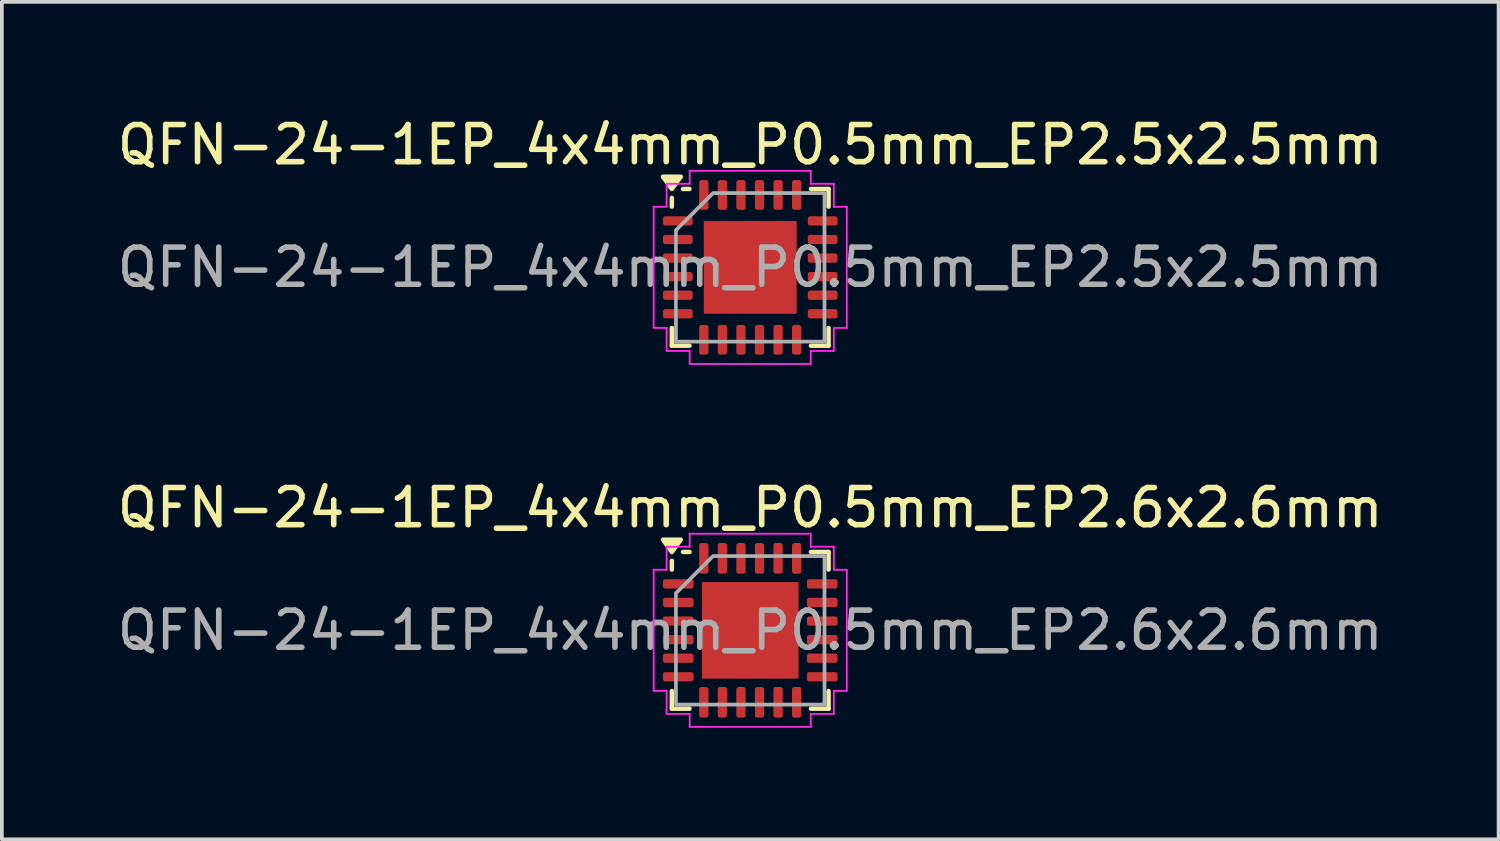
<source format=kicad_pcb>
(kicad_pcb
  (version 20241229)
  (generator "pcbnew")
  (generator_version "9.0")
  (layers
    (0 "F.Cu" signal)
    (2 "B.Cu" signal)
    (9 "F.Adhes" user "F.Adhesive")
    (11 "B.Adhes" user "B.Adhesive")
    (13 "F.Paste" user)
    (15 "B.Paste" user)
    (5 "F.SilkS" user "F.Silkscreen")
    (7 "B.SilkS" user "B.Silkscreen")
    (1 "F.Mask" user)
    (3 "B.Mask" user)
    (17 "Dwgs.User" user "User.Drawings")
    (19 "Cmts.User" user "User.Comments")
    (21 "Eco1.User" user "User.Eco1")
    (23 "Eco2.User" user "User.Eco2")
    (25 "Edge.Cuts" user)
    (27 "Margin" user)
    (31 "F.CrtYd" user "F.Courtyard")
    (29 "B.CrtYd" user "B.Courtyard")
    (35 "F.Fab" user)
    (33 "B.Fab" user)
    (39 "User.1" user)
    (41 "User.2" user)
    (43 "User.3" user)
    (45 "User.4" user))
  (footprint "QFN-24-1EP_4x4mm_P0.5mm_EP2.5x2.5mm"
    (layer "F.Cu")
    (at 17.149 4.148)
    (property "Reference" "QFN-24-1EP_4x4mm_P0.5mm_EP2.5x2.5mm" (at 0 -3.3 0) (layer "F.SilkS") (effects (font (size 1 1) (thickness 0.15))))
    (attr smd)
    (fp_line (start -2.11 -1.635) (end -2.11 -1.87) (stroke (width 0.12) (type solid)) (layer "F.SilkS"))
    (fp_line (start -2.11 2.11) (end -2.11 1.635) (stroke (width 0.12) (type solid)) (layer "F.SilkS"))
    (fp_line (start -1.635 -2.11) (end -1.81 -2.11) (stroke (width 0.12) (type solid)) (layer "F.SilkS"))
    (fp_line (start -1.635 2.11) (end -2.11 2.11) (stroke (width 0.12) (type solid)) (layer "F.SilkS"))
    (fp_line (start 1.635 -2.11) (end 2.11 -2.11) (stroke (width 0.12) (type solid)) (layer "F.SilkS"))
    (fp_line (start 1.635 2.11) (end 2.11 2.11) (stroke (width 0.12) (type solid)) (layer "F.SilkS"))
    (fp_line (start 2.11 -2.11) (end 2.11 -1.635) (stroke (width 0.12) (type solid)) (layer "F.SilkS"))
    (fp_line (start 2.11 2.11) (end 2.11 1.635) (stroke (width 0.12) (type solid)) (layer "F.SilkS"))
    (fp_poly (pts (xy -2.11 -2.11) (xy -2.35 -2.44) (xy -1.87 -2.44)) (stroke (width 0.12) (type solid)) (fill yes) (layer "F.SilkS"))
    (fp_line (start -2.6 -1.63) (end -2.25 -1.63) (stroke (width 0.05) (type solid)) (layer "F.CrtYd"))
    (fp_line (start -2.6 1.63) (end -2.6 -1.63) (stroke (width 0.05) (type solid)) (layer "F.CrtYd"))
    (fp_line (start -2.25 -2.25) (end -1.63 -2.25) (stroke (width 0.05) (type solid)) (layer "F.CrtYd"))
    (fp_line (start -2.25 -1.63) (end -2.25 -2.25) (stroke (width 0.05) (type solid)) (layer "F.CrtYd"))
    (fp_line (start -2.25 1.63) (end -2.6 1.63) (stroke (width 0.05) (type solid)) (layer "F.CrtYd"))
    (fp_line (start -2.25 2.25) (end -2.25 1.63) (stroke (width 0.05) (type solid)) (layer "F.CrtYd"))
    (fp_line (start -1.63 -2.6) (end 1.63 -2.6) (stroke (width 0.05) (type solid)) (layer "F.CrtYd"))
    (fp_line (start -1.63 -2.25) (end -1.63 -2.6) (stroke (width 0.05) (type solid)) (layer "F.CrtYd"))
    (fp_line (start -1.63 2.25) (end -2.25 2.25) (stroke (width 0.05) (type solid)) (layer "F.CrtYd"))
    (fp_line (start -1.63 2.6) (end -1.63 2.25) (stroke (width 0.05) (type solid)) (layer "F.CrtYd"))
    (fp_line (start 1.63 -2.6) (end 1.63 -2.25) (stroke (width 0.05) (type solid)) (layer "F.CrtYd"))
    (fp_line (start 1.63 -2.25) (end 2.25 -2.25) (stroke (width 0.05) (type solid)) (layer "F.CrtYd"))
    (fp_line (start 1.63 2.25) (end 1.63 2.6) (stroke (width 0.05) (type solid)) (layer "F.CrtYd"))
    (fp_line (start 1.63 2.6) (end -1.63 2.6) (stroke (width 0.05) (type solid)) (layer "F.CrtYd"))
    (fp_line (start 2.25 -2.25) (end 2.25 -1.63) (stroke (width 0.05) (type solid)) (layer "F.CrtYd"))
    (fp_line (start 2.25 -1.63) (end 2.6 -1.63) (stroke (width 0.05) (type solid)) (layer "F.CrtYd"))
    (fp_line (start 2.25 1.63) (end 2.25 2.25) (stroke (width 0.05) (type solid)) (layer "F.CrtYd"))
    (fp_line (start 2.25 2.25) (end 1.63 2.25) (stroke (width 0.05) (type solid)) (layer "F.CrtYd"))
    (fp_line (start 2.6 -1.63) (end 2.6 1.63) (stroke (width 0.05) (type solid)) (layer "F.CrtYd"))
    (fp_line (start 2.6 1.63) (end 2.25 1.63) (stroke (width 0.05) (type solid)) (layer "F.CrtYd"))
    (fp_poly (pts (xy -2 -1) (xy -2 2) (xy 2 2) (xy 2 -2) (xy -1 -2)) (stroke (width 0.1) (type solid)) (fill no) (layer "F.Fab"))
    (fp_text user "${REFERENCE}" (at 0 0 0) (layer "F.Fab") (effects (font (size 1 1) (thickness 0.15))))
    (pad "" smd roundrect (at -0.625 -0.625) (size 1.01 1.01) (layers "F.Paste") (roundrect_rratio 0.248))
    (pad "" smd roundrect (at -0.625 0.625) (size 1.01 1.01) (layers "F.Paste") (roundrect_rratio 0.248))
    (pad "" smd roundrect (at 0.625 -0.625) (size 1.01 1.01) (layers "F.Paste") (roundrect_rratio 0.248))
    (pad "" smd roundrect (at 0.625 0.625) (size 1.01 1.01) (layers "F.Paste") (roundrect_rratio 0.248))
    (pad "1" smd roundrect (at -1.95 -1.25) (size 0.8 0.25) (layers "F.Cu" "F.Mask" "F.Paste") (roundrect_rratio 0.25))
    (pad "2" smd roundrect (at -1.95 -0.75) (size 0.8 0.25) (layers "F.Cu" "F.Mask" "F.Paste") (roundrect_rratio 0.25))
    (pad "3" smd roundrect (at -1.95 -0.25) (size 0.8 0.25) (layers "F.Cu" "F.Mask" "F.Paste") (roundrect_rratio 0.25))
    (pad "4" smd roundrect (at -1.95 0.25) (size 0.8 0.25) (layers "F.Cu" "F.Mask" "F.Paste") (roundrect_rratio 0.25))
    (pad "5" smd roundrect (at -1.95 0.75) (size 0.8 0.25) (layers "F.Cu" "F.Mask" "F.Paste") (roundrect_rratio 0.25))
    (pad "6" smd roundrect (at -1.95 1.25) (size 0.8 0.25) (layers "F.Cu" "F.Mask" "F.Paste") (roundrect_rratio 0.25))
    (pad "7" smd roundrect (at -1.25 1.95) (size 0.25 0.8) (layers "F.Cu" "F.Mask" "F.Paste") (roundrect_rratio 0.25))
    (pad "8" smd roundrect (at -0.75 1.95) (size 0.25 0.8) (layers "F.Cu" "F.Mask" "F.Paste") (roundrect_rratio 0.25))
    (pad "9" smd roundrect (at -0.25 1.95) (size 0.25 0.8) (layers "F.Cu" "F.Mask" "F.Paste") (roundrect_rratio 0.25))
    (pad "10" smd roundrect (at 0.25 1.95) (size 0.25 0.8) (layers "F.Cu" "F.Mask" "F.Paste") (roundrect_rratio 0.25))
    (pad "11" smd roundrect (at 0.75 1.95) (size 0.25 0.8) (layers "F.Cu" "F.Mask" "F.Paste") (roundrect_rratio 0.25))
    (pad "12" smd roundrect (at 1.25 1.95) (size 0.25 0.8) (layers "F.Cu" "F.Mask" "F.Paste") (roundrect_rratio 0.25))
    (pad "13" smd roundrect (at 1.95 1.25) (size 0.8 0.25) (layers "F.Cu" "F.Mask" "F.Paste") (roundrect_rratio 0.25))
    (pad "14" smd roundrect (at 1.95 0.75) (size 0.8 0.25) (layers "F.Cu" "F.Mask" "F.Paste") (roundrect_rratio 0.25))
    (pad "15" smd roundrect (at 1.95 0.25) (size 0.8 0.25) (layers "F.Cu" "F.Mask" "F.Paste") (roundrect_rratio 0.25))
    (pad "16" smd roundrect (at 1.95 -0.25) (size 0.8 0.25) (layers "F.Cu" "F.Mask" "F.Paste") (roundrect_rratio 0.25))
    (pad "17" smd roundrect (at 1.95 -0.75) (size 0.8 0.25) (layers "F.Cu" "F.Mask" "F.Paste") (roundrect_rratio 0.25))
    (pad "18" smd roundrect (at 1.95 -1.25) (size 0.8 0.25) (layers "F.Cu" "F.Mask" "F.Paste") (roundrect_rratio 0.25))
    (pad "19" smd roundrect (at 1.25 -1.95) (size 0.25 0.8) (layers "F.Cu" "F.Mask" "F.Paste") (roundrect_rratio 0.25))
    (pad "20" smd roundrect (at 0.75 -1.95) (size 0.25 0.8) (layers "F.Cu" "F.Mask" "F.Paste") (roundrect_rratio 0.25))
    (pad "21" smd roundrect (at 0.25 -1.95) (size 0.25 0.8) (layers "F.Cu" "F.Mask" "F.Paste") (roundrect_rratio 0.25))
    (pad "22" smd roundrect (at -0.25 -1.95) (size 0.25 0.8) (layers "F.Cu" "F.Mask" "F.Paste") (roundrect_rratio 0.25))
    (pad "23" smd roundrect (at -0.75 -1.95) (size 0.25 0.8) (layers "F.Cu" "F.Mask" "F.Paste") (roundrect_rratio 0.25))
    (pad "24" smd roundrect (at -1.25 -1.95) (size 0.25 0.8) (layers "F.Cu" "F.Mask" "F.Paste") (roundrect_rratio 0.25))
    (pad "25" smd rect (at 0 0) (size 2.5 2.5) (property pad_prop_heatsink) (layers "F.Cu" "F.Mask")))
  (footprint "QFN-24-1EP_4x4mm_P0.5mm_EP2.6x2.6mm"
    (layer "F.Cu")
    (at 17.149 13.921)
    (property "Reference" "QFN-24-1EP_4x4mm_P0.5mm_EP2.6x2.6mm" (at 0 -3.3 0) (layer "F.SilkS") (effects (font (size 1 1) (thickness 0.15))))
    (attr smd)
    (fp_line (start -2.11 -1.635) (end -2.11 -1.87) (stroke (width 0.12) (type solid)) (layer "F.SilkS"))
    (fp_line (start -2.11 2.11) (end -2.11 1.635) (stroke (width 0.12) (type solid)) (layer "F.SilkS"))
    (fp_line (start -1.635 -2.11) (end -1.81 -2.11) (stroke (width 0.12) (type solid)) (layer "F.SilkS"))
    (fp_line (start -1.635 2.11) (end -2.11 2.11) (stroke (width 0.12) (type solid)) (layer "F.SilkS"))
    (fp_line (start 1.635 -2.11) (end 2.11 -2.11) (stroke (width 0.12) (type solid)) (layer "F.SilkS"))
    (fp_line (start 1.635 2.11) (end 2.11 2.11) (stroke (width 0.12) (type solid)) (layer "F.SilkS"))
    (fp_line (start 2.11 -2.11) (end 2.11 -1.635) (stroke (width 0.12) (type solid)) (layer "F.SilkS"))
    (fp_line (start 2.11 2.11) (end 2.11 1.635) (stroke (width 0.12) (type solid)) (layer "F.SilkS"))
    (fp_poly (pts (xy -2.11 -2.11) (xy -2.35 -2.44) (xy -1.87 -2.44)) (stroke (width 0.12) (type solid)) (fill yes) (layer "F.SilkS"))
    (fp_line (start -2.6 -1.63) (end -2.25 -1.63) (stroke (width 0.05) (type solid)) (layer "F.CrtYd"))
    (fp_line (start -2.6 1.63) (end -2.6 -1.63) (stroke (width 0.05) (type solid)) (layer "F.CrtYd"))
    (fp_line (start -2.25 -2.25) (end -1.63 -2.25) (stroke (width 0.05) (type solid)) (layer "F.CrtYd"))
    (fp_line (start -2.25 -1.63) (end -2.25 -2.25) (stroke (width 0.05) (type solid)) (layer "F.CrtYd"))
    (fp_line (start -2.25 1.63) (end -2.6 1.63) (stroke (width 0.05) (type solid)) (layer "F.CrtYd"))
    (fp_line (start -2.25 2.25) (end -2.25 1.63) (stroke (width 0.05) (type solid)) (layer "F.CrtYd"))
    (fp_line (start -1.63 -2.6) (end 1.63 -2.6) (stroke (width 0.05) (type solid)) (layer "F.CrtYd"))
    (fp_line (start -1.63 -2.25) (end -1.63 -2.6) (stroke (width 0.05) (type solid)) (layer "F.CrtYd"))
    (fp_line (start -1.63 2.25) (end -2.25 2.25) (stroke (width 0.05) (type solid)) (layer "F.CrtYd"))
    (fp_line (start -1.63 2.6) (end -1.63 2.25) (stroke (width 0.05) (type solid)) (layer "F.CrtYd"))
    (fp_line (start 1.63 -2.6) (end 1.63 -2.25) (stroke (width 0.05) (type solid)) (layer "F.CrtYd"))
    (fp_line (start 1.63 -2.25) (end 2.25 -2.25) (stroke (width 0.05) (type solid)) (layer "F.CrtYd"))
    (fp_line (start 1.63 2.25) (end 1.63 2.6) (stroke (width 0.05) (type solid)) (layer "F.CrtYd"))
    (fp_line (start 1.63 2.6) (end -1.63 2.6) (stroke (width 0.05) (type solid)) (layer "F.CrtYd"))
    (fp_line (start 2.25 -2.25) (end 2.25 -1.63) (stroke (width 0.05) (type solid)) (layer "F.CrtYd"))
    (fp_line (start 2.25 -1.63) (end 2.6 -1.63) (stroke (width 0.05) (type solid)) (layer "F.CrtYd"))
    (fp_line (start 2.25 1.63) (end 2.25 2.25) (stroke (width 0.05) (type solid)) (layer "F.CrtYd"))
    (fp_line (start 2.25 2.25) (end 1.63 2.25) (stroke (width 0.05) (type solid)) (layer "F.CrtYd"))
    (fp_line (start 2.6 -1.63) (end 2.6 1.63) (stroke (width 0.05) (type solid)) (layer "F.CrtYd"))
    (fp_line (start 2.6 1.63) (end 2.25 1.63) (stroke (width 0.05) (type solid)) (layer "F.CrtYd"))
    (fp_poly (pts (xy -2 -1) (xy -2 2) (xy 2 2) (xy 2 -2) (xy -1 -2)) (stroke (width 0.1) (type solid)) (fill no) (layer "F.Fab"))
    (fp_text user "${REFERENCE}" (at 0 0 0) (layer "F.Fab") (effects (font (size 1 1) (thickness 0.15))))
    (pad "" smd roundrect (at -0.65 -0.65) (size 1.05 1.05) (layers "F.Paste") (roundrect_rratio 0.238))
    (pad "" smd roundrect (at -0.65 0.65) (size 1.05 1.05) (layers "F.Paste") (roundrect_rratio 0.238))
    (pad "" smd roundrect (at 0.65 -0.65) (size 1.05 1.05) (layers "F.Paste") (roundrect_rratio 0.238))
    (pad "" smd roundrect (at 0.65 0.65) (size 1.05 1.05) (layers "F.Paste") (roundrect_rratio 0.238))
    (pad "1" smd roundrect (at -1.938 -1.25) (size 0.825 0.25) (layers "F.Cu" "F.Mask" "F.Paste") (roundrect_rratio 0.25))
    (pad "2" smd roundrect (at -1.938 -0.75) (size 0.825 0.25) (layers "F.Cu" "F.Mask" "F.Paste") (roundrect_rratio 0.25))
    (pad "3" smd roundrect (at -1.938 -0.25) (size 0.825 0.25) (layers "F.Cu" "F.Mask" "F.Paste") (roundrect_rratio 0.25))
    (pad "4" smd roundrect (at -1.938 0.25) (size 0.825 0.25) (layers "F.Cu" "F.Mask" "F.Paste") (roundrect_rratio 0.25))
    (pad "5" smd roundrect (at -1.938 0.75) (size 0.825 0.25) (layers "F.Cu" "F.Mask" "F.Paste") (roundrect_rratio 0.25))
    (pad "6" smd roundrect (at -1.938 1.25) (size 0.825 0.25) (layers "F.Cu" "F.Mask" "F.Paste") (roundrect_rratio 0.25))
    (pad "7" smd roundrect (at -1.25 1.938) (size 0.25 0.825) (layers "F.Cu" "F.Mask" "F.Paste") (roundrect_rratio 0.25))
    (pad "8" smd roundrect (at -0.75 1.938) (size 0.25 0.825) (layers "F.Cu" "F.Mask" "F.Paste") (roundrect_rratio 0.25))
    (pad "9" smd roundrect (at -0.25 1.938) (size 0.25 0.825) (layers "F.Cu" "F.Mask" "F.Paste") (roundrect_rratio 0.25))
    (pad "10" smd roundrect (at 0.25 1.938) (size 0.25 0.825) (layers "F.Cu" "F.Mask" "F.Paste") (roundrect_rratio 0.25))
    (pad "11" smd roundrect (at 0.75 1.938) (size 0.25 0.825) (layers "F.Cu" "F.Mask" "F.Paste") (roundrect_rratio 0.25))
    (pad "12" smd roundrect (at 1.25 1.938) (size 0.25 0.825) (layers "F.Cu" "F.Mask" "F.Paste") (roundrect_rratio 0.25))
    (pad "13" smd roundrect (at 1.938 1.25) (size 0.825 0.25) (layers "F.Cu" "F.Mask" "F.Paste") (roundrect_rratio 0.25))
    (pad "14" smd roundrect (at 1.938 0.75) (size 0.825 0.25) (layers "F.Cu" "F.Mask" "F.Paste") (roundrect_rratio 0.25))
    (pad "15" smd roundrect (at 1.938 0.25) (size 0.825 0.25) (layers "F.Cu" "F.Mask" "F.Paste") (roundrect_rratio 0.25))
    (pad "16" smd roundrect (at 1.938 -0.25) (size 0.825 0.25) (layers "F.Cu" "F.Mask" "F.Paste") (roundrect_rratio 0.25))
    (pad "17" smd roundrect (at 1.938 -0.75) (size 0.825 0.25) (layers "F.Cu" "F.Mask" "F.Paste") (roundrect_rratio 0.25))
    (pad "18" smd roundrect (at 1.938 -1.25) (size 0.825 0.25) (layers "F.Cu" "F.Mask" "F.Paste") (roundrect_rratio 0.25))
    (pad "19" smd roundrect (at 1.25 -1.938) (size 0.25 0.825) (layers "F.Cu" "F.Mask" "F.Paste") (roundrect_rratio 0.25))
    (pad "20" smd roundrect (at 0.75 -1.938) (size 0.25 0.825) (layers "F.Cu" "F.Mask" "F.Paste") (roundrect_rratio 0.25))
    (pad "21" smd roundrect (at 0.25 -1.938) (size 0.25 0.825) (layers "F.Cu" "F.Mask" "F.Paste") (roundrect_rratio 0.25))
    (pad "22" smd roundrect (at -0.25 -1.938) (size 0.25 0.825) (layers "F.Cu" "F.Mask" "F.Paste") (roundrect_rratio 0.25))
    (pad "23" smd roundrect (at -0.75 -1.938) (size 0.25 0.825) (layers "F.Cu" "F.Mask" "F.Paste") (roundrect_rratio 0.25))
    (pad "24" smd roundrect (at -1.25 -1.938) (size 0.25 0.825) (layers "F.Cu" "F.Mask" "F.Paste") (roundrect_rratio 0.25))
    (pad "25" smd rect (at 0 0) (size 2.6 2.6) (property pad_prop_heatsink) (layers "F.Cu" "F.Mask")))
  (gr_rect
    (start -3 -3)
    (end 37.298 19.547)
    (stroke (width 0.1) (type default))
    (fill no)
    (layer "Edge.Cuts")))
</source>
